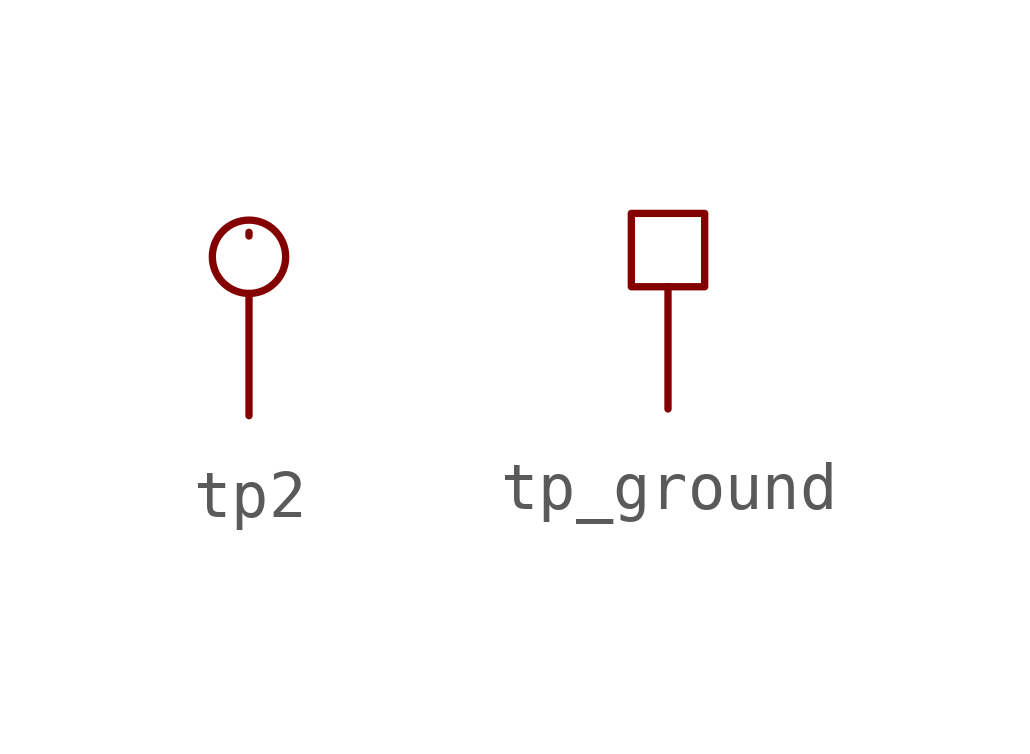
<source format=kicad_sym>
(kicad_symbol_lib
  (version 20241209)
  (generator "kicad_symbol_editor")
  (generator_version "9.0")
  (symbol "tp2"
    (pin_numbers
      (hide yes))
    (pin_names
      (offset 0.762)
      (hide yes))
    (property "Reference" "TP"
      (at 0 6.858 0)
      (effects (font (size 1.27 1.27)) (hide yes)))
    (symbol "tp2_0_1"
      (circle (center 0 3.302) (radius 0.762) (stroke (width 0) (type default)) (fill (type none))))
    (symbol "tp2_1_1"
      (pin passive line (at 0 3.81 270) (length 0.076) (name "1" (effects (font (size 1.27 1.27)))) (number "2" (effects (font (size 1.27 1.27)))))
      (pin passive line (at 0 0 90) (length 2.54) (name "1" (effects (font (size 1.27 1.27)))) (number "1" (effects (font (size 1.27 1.27)))))))
  (symbol "tp_ground"
    (pin_numbers
      (hide yes))
    (pin_names
      (offset 0.762)
      (hide yes))
    (property "Reference" "TP41"
      (at 0 6.858 0)
      (effects (font (size 1.27 1.27)) (hide yes)))
    (symbol "tp_ground_0_1"
      (rectangle (start -0.762 4.064) (end 0.762 2.54) (stroke (width 0) (type default)) (fill (type none))))
    (symbol "tp_ground_1_1"
      (pin passive line (at 0 0 90) (length 2.54) (name "1" (effects (font (size 1.27 1.27)))) (number "1" (effects (font (size 1.27 1.27))))))))
</source>
